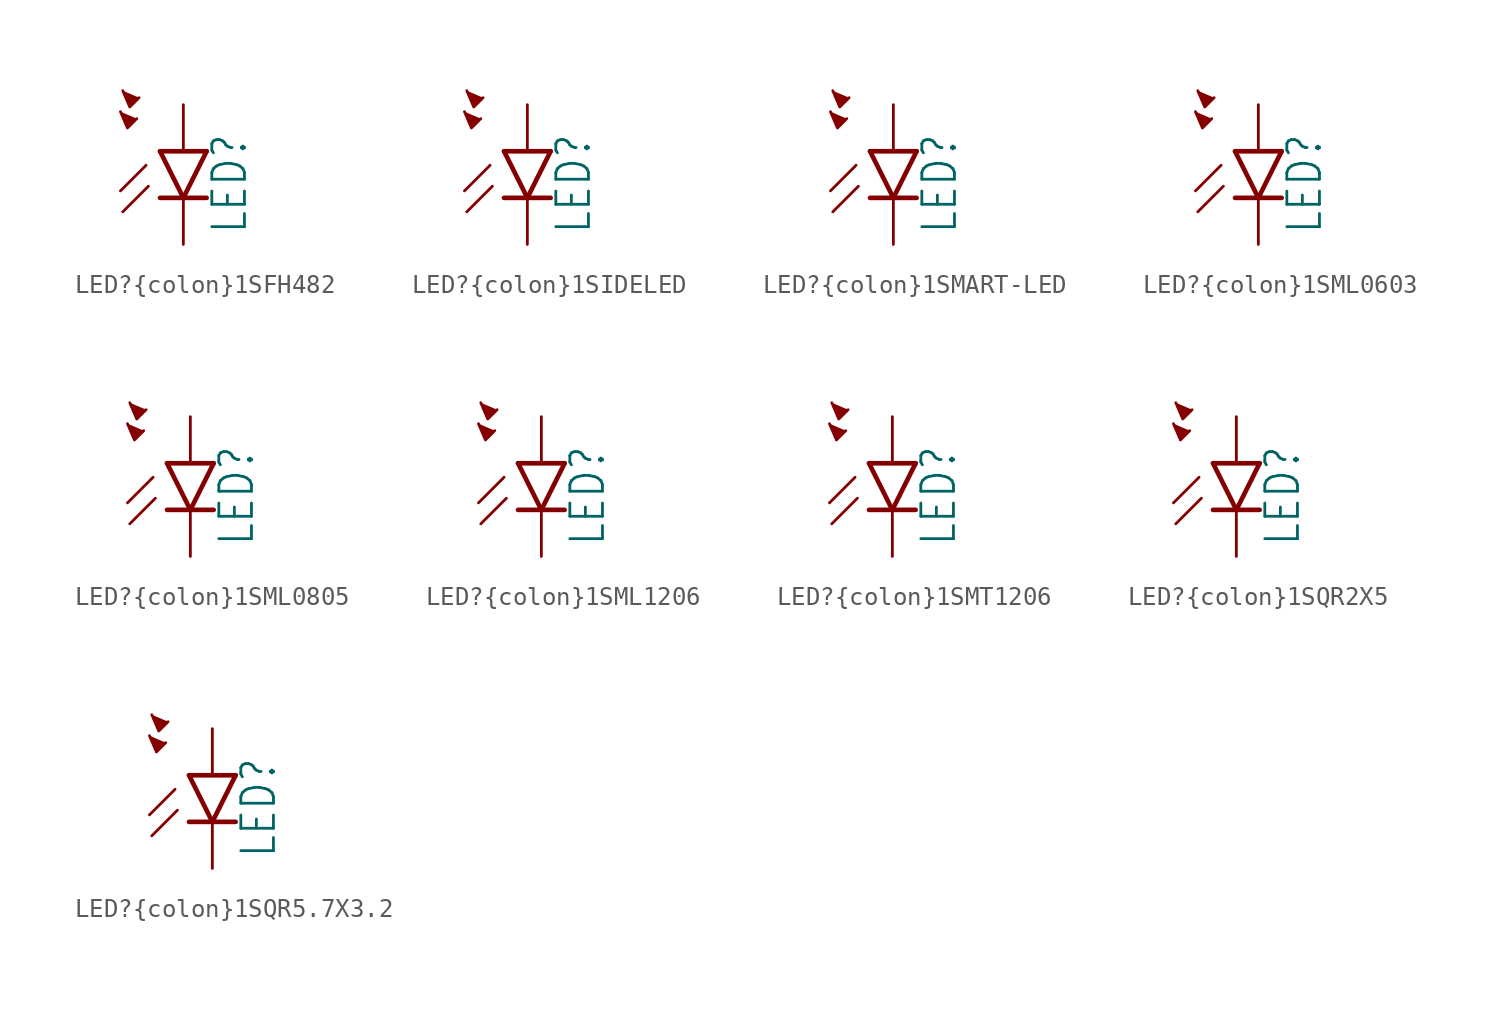
<source format=kicad_sym>
(kicad_symbol_lib
  (version 20241209)
  (generator "kicad_symbol_editor")
  (generator_version "9.0")
  (symbol "LED?{colon}1SFH482"
    (property "Reference" "LED"
      (at 3.556 -4.572 90)
      (effects (font (size 1.778 1.511)) (justify left bottom)))
    (property "Value" ""
      (at 5.715 -4.572 90)
      (effects (font (size 1.778 1.511)) (justify left bottom)))
    (property "ki_locked" ""
      (at 0 0 0)
      (effects (font (size 1.27 1.27))))
    (symbol "LED?{colon}1SFH482_1_0"
      (polyline (pts (xy -3.429 2.159) (xy -3.048 1.27) (xy -2.54 1.778)) (stroke (width 0.152) (type solid)) (fill (type outline)))
      (polyline (pts (xy -3.302 3.302) (xy -2.921 2.413) (xy -2.413 2.921)) (stroke (width 0.152) (type solid)) (fill (type outline)))
      (polyline (pts (xy -2.032 -0.762) (xy -3.429 -2.159)) (stroke (width 0.152) (type solid)) (fill (type none)))
      (polyline (pts (xy -1.905 -1.905) (xy -3.302 -3.302)) (stroke (width 0.152) (type solid)) (fill (type none)))
      (polyline (pts (xy 0 -2.54) (xy -1.27 0)) (stroke (width 0.254) (type solid)) (fill (type none)))
      (polyline (pts (xy 0 -2.54) (xy -1.27 -2.54)) (stroke (width 0.254) (type solid)) (fill (type none)))
      (polyline (pts (xy 1.27 0) (xy -1.27 0)) (stroke (width 0.254) (type solid)) (fill (type none)))
      (polyline (pts (xy 1.27 0) (xy 0 -2.54)) (stroke (width 0.254) (type solid)) (fill (type none)))
      (polyline (pts (xy 1.27 -2.54) (xy 0 -2.54)) (stroke (width 0.254) (type solid)) (fill (type none)))
      (pin passive line (at 0 2.54 270) (length 2.54) (name "A" (effects (font (size 0 0)))) (number "A" (effects (font (size 0 0)))))
      (pin passive line (at 0 -5.08 90) (length 2.54) (name "C" (effects (font (size 0 0)))) (number "K" (effects (font (size 0 0)))))))
  (symbol "LED?{colon}1SIDELED"
    (property "Reference" "LED"
      (at 3.556 -4.572 90)
      (effects (font (size 1.778 1.511)) (justify left bottom)))
    (property "Value" ""
      (at 5.715 -4.572 90)
      (effects (font (size 1.778 1.511)) (justify left bottom)))
    (property "ki_locked" ""
      (at 0 0 0)
      (effects (font (size 1.27 1.27))))
    (symbol "LED?{colon}1SIDELED_1_0"
      (polyline (pts (xy -3.429 2.159) (xy -3.048 1.27) (xy -2.54 1.778)) (stroke (width 0.152) (type solid)) (fill (type outline)))
      (polyline (pts (xy -3.302 3.302) (xy -2.921 2.413) (xy -2.413 2.921)) (stroke (width 0.152) (type solid)) (fill (type outline)))
      (polyline (pts (xy -2.032 -0.762) (xy -3.429 -2.159)) (stroke (width 0.152) (type solid)) (fill (type none)))
      (polyline (pts (xy -1.905 -1.905) (xy -3.302 -3.302)) (stroke (width 0.152) (type solid)) (fill (type none)))
      (polyline (pts (xy 0 -2.54) (xy -1.27 0)) (stroke (width 0.254) (type solid)) (fill (type none)))
      (polyline (pts (xy 0 -2.54) (xy -1.27 -2.54)) (stroke (width 0.254) (type solid)) (fill (type none)))
      (polyline (pts (xy 1.27 0) (xy -1.27 0)) (stroke (width 0.254) (type solid)) (fill (type none)))
      (polyline (pts (xy 1.27 0) (xy 0 -2.54)) (stroke (width 0.254) (type solid)) (fill (type none)))
      (polyline (pts (xy 1.27 -2.54) (xy 0 -2.54)) (stroke (width 0.254) (type solid)) (fill (type none)))
      (pin passive line (at 0 2.54 270) (length 2.54) (name "A" (effects (font (size 0 0)))) (number "A" (effects (font (size 0 0)))))
      (pin passive line (at 0 -5.08 90) (length 2.54) (name "C" (effects (font (size 0 0)))) (number "C" (effects (font (size 0 0)))))))
  (symbol "LED?{colon}1SMART-LED"
    (property "Reference" "LED"
      (at 3.556 -4.572 90)
      (effects (font (size 1.778 1.511)) (justify left bottom)))
    (property "Value" ""
      (at 5.715 -4.572 90)
      (effects (font (size 1.778 1.511)) (justify left bottom)))
    (property "ki_locked" ""
      (at 0 0 0)
      (effects (font (size 1.27 1.27))))
    (symbol "LED?{colon}1SMART-LED_1_0"
      (polyline (pts (xy -3.429 2.159) (xy -3.048 1.27) (xy -2.54 1.778)) (stroke (width 0.152) (type solid)) (fill (type outline)))
      (polyline (pts (xy -3.302 3.302) (xy -2.921 2.413) (xy -2.413 2.921)) (stroke (width 0.152) (type solid)) (fill (type outline)))
      (polyline (pts (xy -2.032 -0.762) (xy -3.429 -2.159)) (stroke (width 0.152) (type solid)) (fill (type none)))
      (polyline (pts (xy -1.905 -1.905) (xy -3.302 -3.302)) (stroke (width 0.152) (type solid)) (fill (type none)))
      (polyline (pts (xy 0 -2.54) (xy -1.27 0)) (stroke (width 0.254) (type solid)) (fill (type none)))
      (polyline (pts (xy 0 -2.54) (xy -1.27 -2.54)) (stroke (width 0.254) (type solid)) (fill (type none)))
      (polyline (pts (xy 1.27 0) (xy -1.27 0)) (stroke (width 0.254) (type solid)) (fill (type none)))
      (polyline (pts (xy 1.27 0) (xy 0 -2.54)) (stroke (width 0.254) (type solid)) (fill (type none)))
      (polyline (pts (xy 1.27 -2.54) (xy 0 -2.54)) (stroke (width 0.254) (type solid)) (fill (type none)))
      (pin passive line (at 0 2.54 270) (length 2.54) (name "A" (effects (font (size 0 0)))) (number "A" (effects (font (size 0 0)))))
      (pin passive line (at 0 -5.08 90) (length 2.54) (name "C" (effects (font (size 0 0)))) (number "B" (effects (font (size 0 0)))))))
  (symbol "LED?{colon}1SML0603"
    (property "Reference" "LED"
      (at 3.556 -4.572 90)
      (effects (font (size 1.778 1.511)) (justify left bottom)))
    (property "Value" ""
      (at 5.715 -4.572 90)
      (effects (font (size 1.778 1.511)) (justify left bottom)))
    (property "ki_locked" ""
      (at 0 0 0)
      (effects (font (size 1.27 1.27))))
    (symbol "LED?{colon}1SML0603_1_0"
      (polyline (pts (xy -3.429 2.159) (xy -3.048 1.27) (xy -2.54 1.778)) (stroke (width 0.152) (type solid)) (fill (type outline)))
      (polyline (pts (xy -3.302 3.302) (xy -2.921 2.413) (xy -2.413 2.921)) (stroke (width 0.152) (type solid)) (fill (type outline)))
      (polyline (pts (xy -2.032 -0.762) (xy -3.429 -2.159)) (stroke (width 0.152) (type solid)) (fill (type none)))
      (polyline (pts (xy -1.905 -1.905) (xy -3.302 -3.302)) (stroke (width 0.152) (type solid)) (fill (type none)))
      (polyline (pts (xy 0 -2.54) (xy -1.27 0)) (stroke (width 0.254) (type solid)) (fill (type none)))
      (polyline (pts (xy 0 -2.54) (xy -1.27 -2.54)) (stroke (width 0.254) (type solid)) (fill (type none)))
      (polyline (pts (xy 1.27 0) (xy -1.27 0)) (stroke (width 0.254) (type solid)) (fill (type none)))
      (polyline (pts (xy 1.27 0) (xy 0 -2.54)) (stroke (width 0.254) (type solid)) (fill (type none)))
      (polyline (pts (xy 1.27 -2.54) (xy 0 -2.54)) (stroke (width 0.254) (type solid)) (fill (type none)))
      (pin passive line (at 0 2.54 270) (length 2.54) (name "A" (effects (font (size 0 0)))) (number "A" (effects (font (size 0 0)))))
      (pin passive line (at 0 -5.08 90) (length 2.54) (name "C" (effects (font (size 0 0)))) (number "C" (effects (font (size 0 0)))))))
  (symbol "LED?{colon}1SML0805"
    (property "Reference" "LED"
      (at 3.556 -4.572 90)
      (effects (font (size 1.778 1.511)) (justify left bottom)))
    (property "Value" ""
      (at 5.715 -4.572 90)
      (effects (font (size 1.778 1.511)) (justify left bottom)))
    (property "ki_locked" ""
      (at 0 0 0)
      (effects (font (size 1.27 1.27))))
    (symbol "LED?{colon}1SML0805_1_0"
      (polyline (pts (xy -3.429 2.159) (xy -3.048 1.27) (xy -2.54 1.778)) (stroke (width 0.152) (type solid)) (fill (type outline)))
      (polyline (pts (xy -3.302 3.302) (xy -2.921 2.413) (xy -2.413 2.921)) (stroke (width 0.152) (type solid)) (fill (type outline)))
      (polyline (pts (xy -2.032 -0.762) (xy -3.429 -2.159)) (stroke (width 0.152) (type solid)) (fill (type none)))
      (polyline (pts (xy -1.905 -1.905) (xy -3.302 -3.302)) (stroke (width 0.152) (type solid)) (fill (type none)))
      (polyline (pts (xy 0 -2.54) (xy -1.27 0)) (stroke (width 0.254) (type solid)) (fill (type none)))
      (polyline (pts (xy 0 -2.54) (xy -1.27 -2.54)) (stroke (width 0.254) (type solid)) (fill (type none)))
      (polyline (pts (xy 1.27 0) (xy -1.27 0)) (stroke (width 0.254) (type solid)) (fill (type none)))
      (polyline (pts (xy 1.27 0) (xy 0 -2.54)) (stroke (width 0.254) (type solid)) (fill (type none)))
      (polyline (pts (xy 1.27 -2.54) (xy 0 -2.54)) (stroke (width 0.254) (type solid)) (fill (type none)))
      (pin passive line (at 0 2.54 270) (length 2.54) (name "A" (effects (font (size 0 0)))) (number "A" (effects (font (size 0 0)))))
      (pin passive line (at 0 -5.08 90) (length 2.54) (name "C" (effects (font (size 0 0)))) (number "C" (effects (font (size 0 0)))))))
  (symbol "LED?{colon}1SML1206"
    (property "Reference" "LED"
      (at 3.556 -4.572 90)
      (effects (font (size 1.778 1.511)) (justify left bottom)))
    (property "Value" ""
      (at 5.715 -4.572 90)
      (effects (font (size 1.778 1.511)) (justify left bottom)))
    (property "ki_locked" ""
      (at 0 0 0)
      (effects (font (size 1.27 1.27))))
    (symbol "LED?{colon}1SML1206_1_0"
      (polyline (pts (xy -3.429 2.159) (xy -3.048 1.27) (xy -2.54 1.778)) (stroke (width 0.152) (type solid)) (fill (type outline)))
      (polyline (pts (xy -3.302 3.302) (xy -2.921 2.413) (xy -2.413 2.921)) (stroke (width 0.152) (type solid)) (fill (type outline)))
      (polyline (pts (xy -2.032 -0.762) (xy -3.429 -2.159)) (stroke (width 0.152) (type solid)) (fill (type none)))
      (polyline (pts (xy -1.905 -1.905) (xy -3.302 -3.302)) (stroke (width 0.152) (type solid)) (fill (type none)))
      (polyline (pts (xy 0 -2.54) (xy -1.27 0)) (stroke (width 0.254) (type solid)) (fill (type none)))
      (polyline (pts (xy 0 -2.54) (xy -1.27 -2.54)) (stroke (width 0.254) (type solid)) (fill (type none)))
      (polyline (pts (xy 1.27 0) (xy -1.27 0)) (stroke (width 0.254) (type solid)) (fill (type none)))
      (polyline (pts (xy 1.27 0) (xy 0 -2.54)) (stroke (width 0.254) (type solid)) (fill (type none)))
      (polyline (pts (xy 1.27 -2.54) (xy 0 -2.54)) (stroke (width 0.254) (type solid)) (fill (type none)))
      (pin passive line (at 0 2.54 270) (length 2.54) (name "A" (effects (font (size 0 0)))) (number "A" (effects (font (size 0 0)))))
      (pin passive line (at 0 -5.08 90) (length 2.54) (name "C" (effects (font (size 0 0)))) (number "C" (effects (font (size 0 0)))))))
  (symbol "LED?{colon}1SMT1206"
    (property "Reference" "LED"
      (at 3.556 -4.572 90)
      (effects (font (size 1.778 1.511)) (justify left bottom)))
    (property "Value" ""
      (at 5.715 -4.572 90)
      (effects (font (size 1.778 1.511)) (justify left bottom)))
    (property "ki_locked" ""
      (at 0 0 0)
      (effects (font (size 1.27 1.27))))
    (symbol "LED?{colon}1SMT1206_1_0"
      (polyline (pts (xy -3.429 2.159) (xy -3.048 1.27) (xy -2.54 1.778)) (stroke (width 0.152) (type solid)) (fill (type outline)))
      (polyline (pts (xy -3.302 3.302) (xy -2.921 2.413) (xy -2.413 2.921)) (stroke (width 0.152) (type solid)) (fill (type outline)))
      (polyline (pts (xy -2.032 -0.762) (xy -3.429 -2.159)) (stroke (width 0.152) (type solid)) (fill (type none)))
      (polyline (pts (xy -1.905 -1.905) (xy -3.302 -3.302)) (stroke (width 0.152) (type solid)) (fill (type none)))
      (polyline (pts (xy 0 -2.54) (xy -1.27 0)) (stroke (width 0.254) (type solid)) (fill (type none)))
      (polyline (pts (xy 0 -2.54) (xy -1.27 -2.54)) (stroke (width 0.254) (type solid)) (fill (type none)))
      (polyline (pts (xy 1.27 0) (xy -1.27 0)) (stroke (width 0.254) (type solid)) (fill (type none)))
      (polyline (pts (xy 1.27 0) (xy 0 -2.54)) (stroke (width 0.254) (type solid)) (fill (type none)))
      (polyline (pts (xy 1.27 -2.54) (xy 0 -2.54)) (stroke (width 0.254) (type solid)) (fill (type none)))
      (pin passive line (at 0 2.54 270) (length 2.54) (name "A" (effects (font (size 0 0)))) (number "A" (effects (font (size 0 0)))))
      (pin passive line (at 0 -5.08 90) (length 2.54) (name "C" (effects (font (size 0 0)))) (number "C" (effects (font (size 0 0)))))))
  (symbol "LED?{colon}1SQR2X5"
    (property "Reference" "LED"
      (at 3.556 -4.572 90)
      (effects (font (size 1.778 1.511)) (justify left bottom)))
    (property "Value" ""
      (at 5.715 -4.572 90)
      (effects (font (size 1.778 1.511)) (justify left bottom)))
    (property "ki_locked" ""
      (at 0 0 0)
      (effects (font (size 1.27 1.27))))
    (symbol "LED?{colon}1SQR2X5_1_0"
      (polyline (pts (xy -3.429 2.159) (xy -3.048 1.27) (xy -2.54 1.778)) (stroke (width 0.152) (type solid)) (fill (type outline)))
      (polyline (pts (xy -3.302 3.302) (xy -2.921 2.413) (xy -2.413 2.921)) (stroke (width 0.152) (type solid)) (fill (type outline)))
      (polyline (pts (xy -2.032 -0.762) (xy -3.429 -2.159)) (stroke (width 0.152) (type solid)) (fill (type none)))
      (polyline (pts (xy -1.905 -1.905) (xy -3.302 -3.302)) (stroke (width 0.152) (type solid)) (fill (type none)))
      (polyline (pts (xy 0 -2.54) (xy -1.27 0)) (stroke (width 0.254) (type solid)) (fill (type none)))
      (polyline (pts (xy 0 -2.54) (xy -1.27 -2.54)) (stroke (width 0.254) (type solid)) (fill (type none)))
      (polyline (pts (xy 1.27 0) (xy -1.27 0)) (stroke (width 0.254) (type solid)) (fill (type none)))
      (polyline (pts (xy 1.27 0) (xy 0 -2.54)) (stroke (width 0.254) (type solid)) (fill (type none)))
      (polyline (pts (xy 1.27 -2.54) (xy 0 -2.54)) (stroke (width 0.254) (type solid)) (fill (type none)))
      (pin passive line (at 0 2.54 270) (length 2.54) (name "A" (effects (font (size 0 0)))) (number "A" (effects (font (size 0 0)))))
      (pin passive line (at 0 -5.08 90) (length 2.54) (name "C" (effects (font (size 0 0)))) (number "K" (effects (font (size 0 0)))))))
  (symbol "LED?{colon}1SQR5.7X3.2"
    (property "Reference" "LED"
      (at 3.556 -4.572 90)
      (effects (font (size 1.778 1.511)) (justify left bottom)))
    (property "Value" ""
      (at 5.715 -4.572 90)
      (effects (font (size 1.778 1.511)) (justify left bottom)))
    (property "ki_locked" ""
      (at 0 0 0)
      (effects (font (size 1.27 1.27))))
    (symbol "LED?{colon}1SQR5.7X3.2_1_0"
      (polyline (pts (xy -3.429 2.159) (xy -3.048 1.27) (xy -2.54 1.778)) (stroke (width 0.152) (type solid)) (fill (type outline)))
      (polyline (pts (xy -3.302 3.302) (xy -2.921 2.413) (xy -2.413 2.921)) (stroke (width 0.152) (type solid)) (fill (type outline)))
      (polyline (pts (xy -2.032 -0.762) (xy -3.429 -2.159)) (stroke (width 0.152) (type solid)) (fill (type none)))
      (polyline (pts (xy -1.905 -1.905) (xy -3.302 -3.302)) (stroke (width 0.152) (type solid)) (fill (type none)))
      (polyline (pts (xy 0 -2.54) (xy -1.27 0)) (stroke (width 0.254) (type solid)) (fill (type none)))
      (polyline (pts (xy 0 -2.54) (xy -1.27 -2.54)) (stroke (width 0.254) (type solid)) (fill (type none)))
      (polyline (pts (xy 1.27 0) (xy -1.27 0)) (stroke (width 0.254) (type solid)) (fill (type none)))
      (polyline (pts (xy 1.27 0) (xy 0 -2.54)) (stroke (width 0.254) (type solid)) (fill (type none)))
      (polyline (pts (xy 1.27 -2.54) (xy 0 -2.54)) (stroke (width 0.254) (type solid)) (fill (type none)))
      (pin passive line (at 0 2.54 270) (length 2.54) (name "A" (effects (font (size 0 0)))) (number "A" (effects (font (size 0 0)))))
      (pin passive line (at 0 -5.08 90) (length 2.54) (name "C" (effects (font (size 0 0)))) (number "K" (effects (font (size 0 0))))))))
</source>
